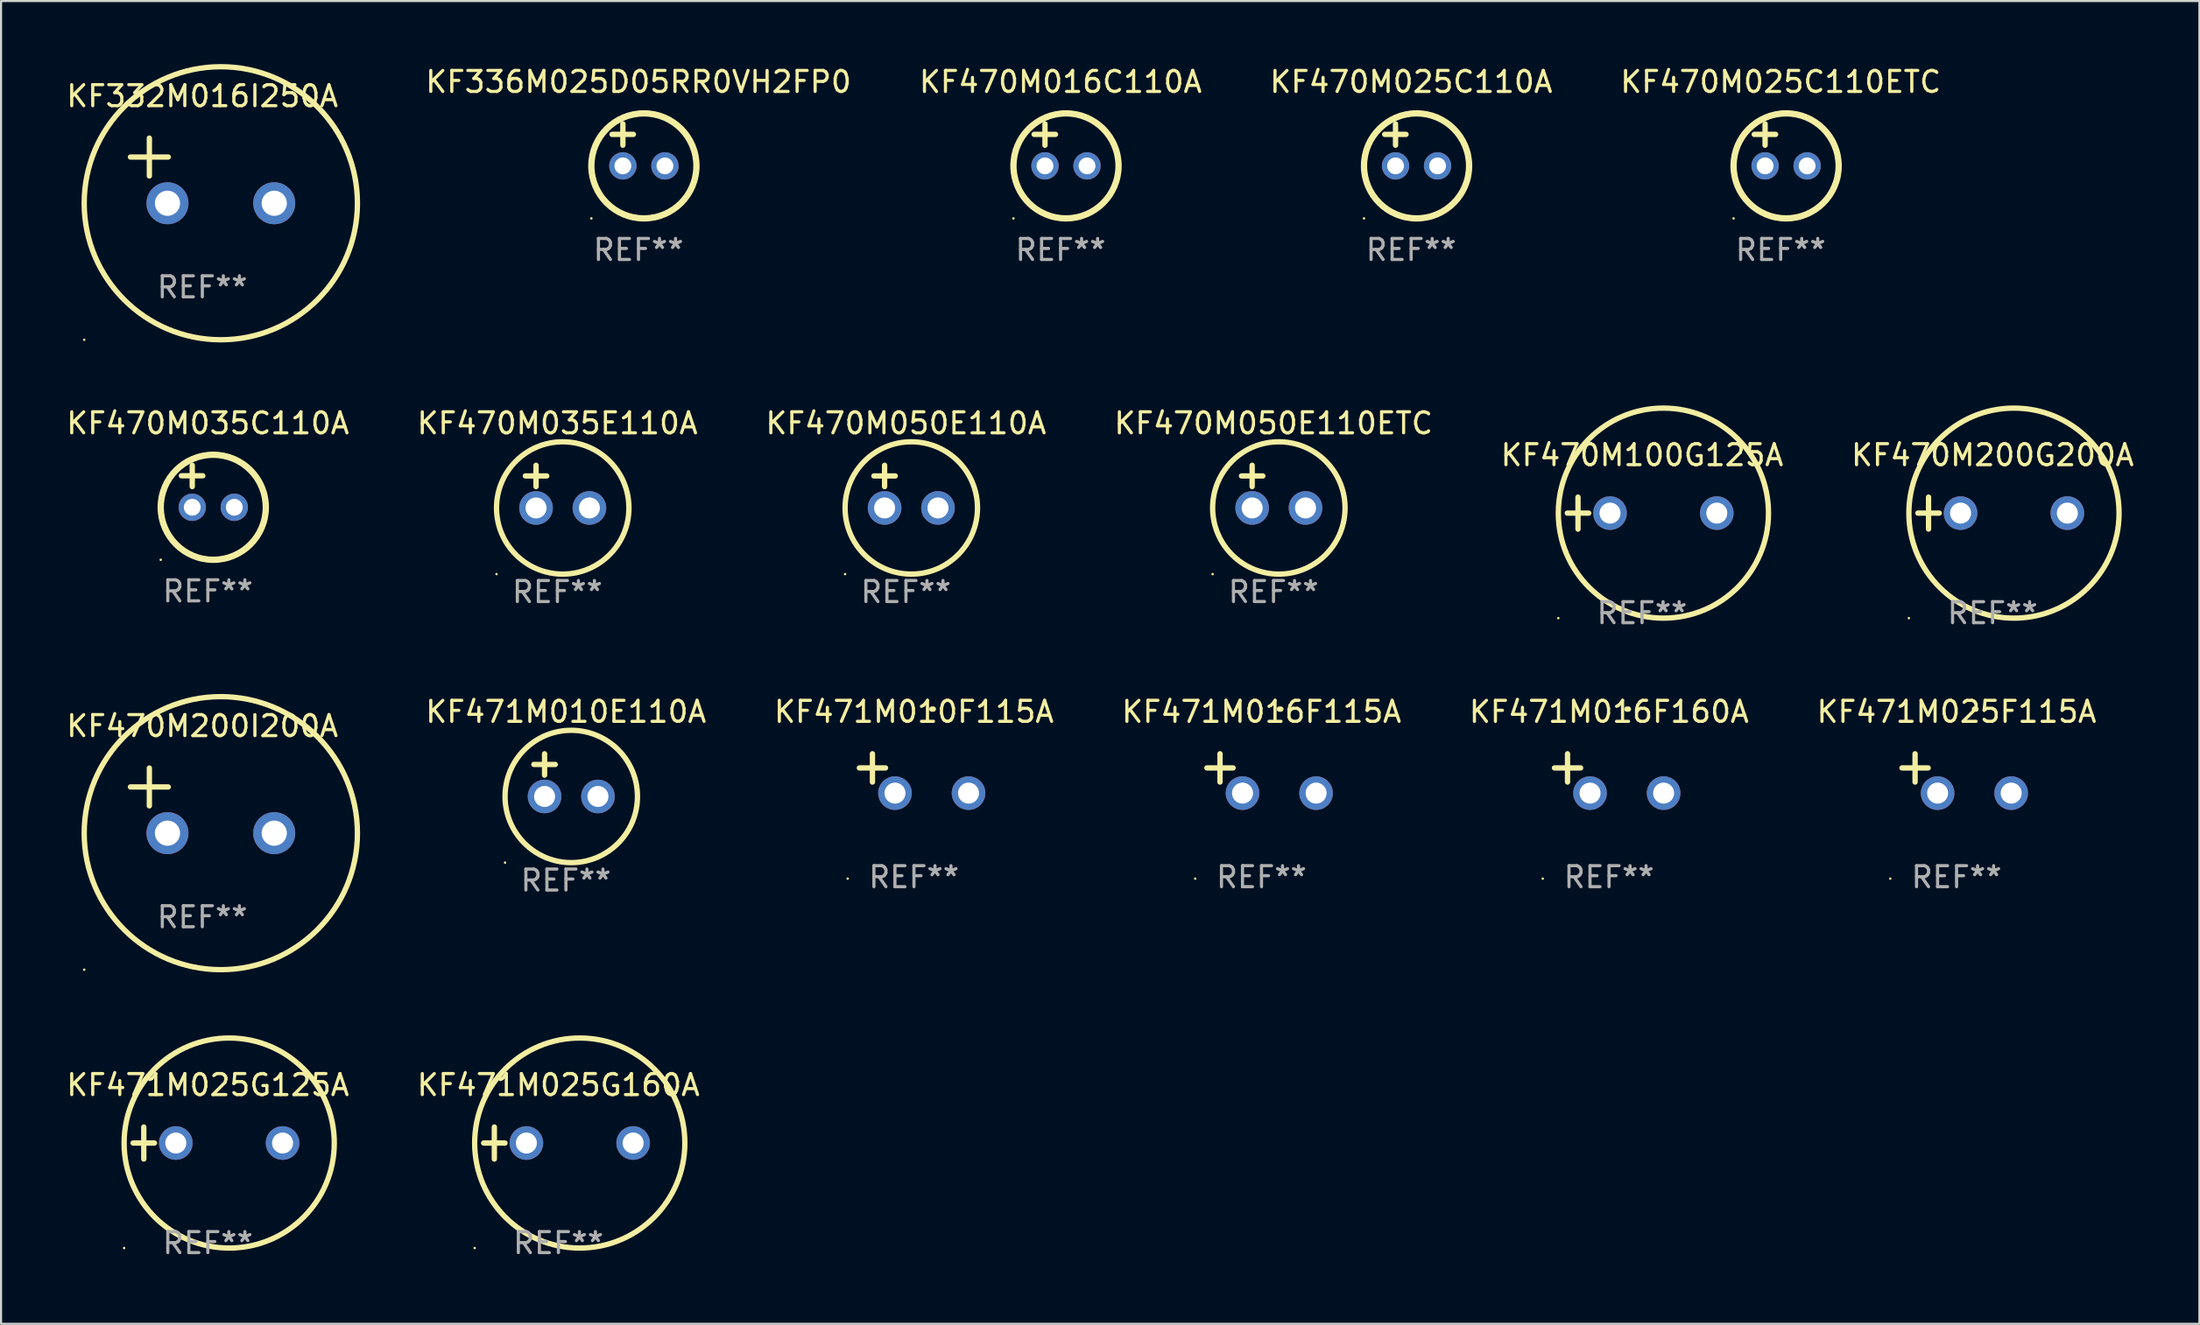
<source format=kicad_pcb>
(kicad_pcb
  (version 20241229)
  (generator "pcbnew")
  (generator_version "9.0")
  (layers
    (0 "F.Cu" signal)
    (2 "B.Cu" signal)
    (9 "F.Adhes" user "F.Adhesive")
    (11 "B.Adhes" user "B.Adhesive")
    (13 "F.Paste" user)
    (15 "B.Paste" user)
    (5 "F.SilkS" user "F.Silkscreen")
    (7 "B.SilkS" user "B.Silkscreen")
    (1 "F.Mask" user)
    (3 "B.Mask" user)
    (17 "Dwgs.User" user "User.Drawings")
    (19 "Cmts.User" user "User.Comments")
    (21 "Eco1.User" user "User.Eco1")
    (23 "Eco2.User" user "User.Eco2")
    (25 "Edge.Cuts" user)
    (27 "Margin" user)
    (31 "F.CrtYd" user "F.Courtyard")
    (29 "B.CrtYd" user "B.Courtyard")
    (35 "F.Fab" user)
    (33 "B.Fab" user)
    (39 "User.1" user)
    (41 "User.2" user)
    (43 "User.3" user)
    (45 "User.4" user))
  (footprint "KF471M016F115A"
    (layer "F.Cu")
    (at 56.971 33.776)
    (property "Reference" "KF471M016F115A" (at 0 -2.937 0) (layer "F.SilkS") (effects (font (size 1 1) (thickness 0.15))))
    (attr through_hole)
    (fp_line (start -1.975 0.41) (end -1.975 -0.937) (stroke (width 0.254) (type solid)) (layer "F.SilkS"))
    (fp_line (start -1.353 -0.263) (end -2.597 -0.263) (stroke (width 0.254) (type solid)) (layer "F.SilkS"))
    (fp_arc (start 0.849809 -3.063957) (mid 0.885369 -3.064114) (end 0.920929 -3.063957) (stroke (width 0.254001) (type solid)) (layer "F.SilkS"))
    (fp_circle (center -3.154 5.008) (end -3.124 5.008) (stroke (width 0.06) (type solid)) (fill no) (layer "F.SilkS"))
    (fp_text user "REF**" (at 0 4.937 0) (layer "F.Fab") (effects (font (size 1 1) (thickness 0.15))))
    (pad "1" thru_hole circle (at -0.903 0.937) (size 1.6 1.6) (drill 1) (layers "*.Cu" "*.Mask"))
    (pad "2" thru_hole circle (at 2.597 0.937) (size 1.6 1.6) (drill 1) (layers "*.Cu" "*.Mask")))
  (footprint "KF470M050E110A"
    (layer "F.Cu")
    (at 40.054 20.119)
    (property "Reference" "KF470M050E110A" (at 0 -3.016 0) (layer "F.SilkS") (effects (font (size 1 1) (thickness 0.15))))
    (attr through_hole)
    (fp_line (start -1.524 -0.508) (end -0.508 -0.508) (stroke (width 0.254) (type solid)) (layer "F.SilkS"))
    (fp_line (start -1.016 -1.016) (end -1.016 0) (stroke (width 0.254) (type solid)) (layer "F.SilkS"))
    (fp_circle (center -2.896 4.166) (end -2.866 4.166) (stroke (width 0.06) (type solid)) (fill no) (layer "F.SilkS"))
    (fp_circle (center 0.254 1.016) (end 3.404 1.016) (stroke (width 0.254) (type solid)) (fill no) (layer "F.SilkS"))
    (fp_text user "REF**" (at 0 5.016 0) (layer "F.Fab") (effects (font (size 1 1) (thickness 0.15))))
    (pad "1" thru_hole circle (at -1.016 1.016) (size 1.6 1.6) (drill 1) (layers "*.Cu" "*.Mask"))
    (pad "2" thru_hole circle (at 1.524 1.016) (size 1.6 1.6) (drill 1) (layers "*.Cu" "*.Mask")))
  (footprint "KF471M025G160A"
    (layer "F.Cu")
    (at 23.518 51.373)
    (property "Reference" "KF471M025G160A" (at 0 -2.762 0) (layer "F.SilkS") (effects (font (size 1 1) (thickness 0.15))))
    (attr through_hole)
    (fp_line (start -3.556 0) (end -2.54 0) (stroke (width 0.254) (type solid)) (layer "F.SilkS"))
    (fp_line (start -3.048 -0.762) (end -3.048 0.762) (stroke (width 0.254) (type solid)) (layer "F.SilkS"))
    (fp_circle (center -3.984 5) (end -3.954 5) (stroke (width 0.06) (type solid)) (fill no) (layer "F.SilkS"))
    (fp_circle (center 1.016 0) (end 6.016 0) (stroke (width 0.254) (type solid)) (fill no) (layer "F.SilkS"))
    (fp_text user "REF**" (at 0 4.762 0) (layer "F.Fab") (effects (font (size 1 1) (thickness 0.15))))
    (pad "1" thru_hole circle (at -1.524 0) (size 1.6 1.6) (drill 1) (layers "*.Cu" "*.Mask"))
    (pad "2" thru_hole circle (at 3.556 0) (size 1.6 1.6) (drill 1) (layers "*.Cu" "*.Mask")))
  (footprint "KF470M025C110ETC"
    (layer "F.Cu")
    (at 81.673 3.848)
    (property "Reference" "KF470M025C110ETC" (at 0 -3 0) (layer "F.SilkS") (effects (font (size 1 1) (thickness 0.15))))
    (attr through_hole)
    (fp_line (start -1.258 -0.5) (end -0.242 -0.5) (stroke (width 0.254) (type solid)) (layer "F.SilkS"))
    (fp_line (start -0.742 -1) (end -0.742 0.016) (stroke (width 0.254) (type solid)) (layer "F.SilkS"))
    (fp_circle (center -2.242 3.5) (end -2.212 3.5) (stroke (width 0.06) (type solid)) (fill no) (layer "F.SilkS"))
    (fp_circle (center 0.258 1) (end 2.758 1) (stroke (width 0.3) (type solid)) (fill no) (layer "F.SilkS"))
    (fp_text user "REF**" (at 0 5 0) (layer "F.Fab") (effects (font (size 1 1) (thickness 0.15))))
    (pad "1" thru_hole circle (at -0.742 1) (size 1.3 1.3) (drill 0.8) (layers "*.Cu" "*.Mask"))
    (pad "2" thru_hole circle (at 1.258 1) (size 1.3 1.3) (drill 0.8) (layers "*.Cu" "*.Mask")))
  (footprint "KF471M025F115A"
    (layer "F.Cu")
    (at 90.042 33.776)
    (property "Reference" "KF471M025F115A" (at 0 -2.937 0) (layer "F.SilkS") (effects (font (size 1 1) (thickness 0.15))))
    (attr through_hole)
    (fp_line (start -1.975 0.41) (end -1.975 -0.937) (stroke (width 0.254) (type solid)) (layer "F.SilkS"))
    (fp_line (start -1.353 -0.263) (end -2.597 -0.263) (stroke (width 0.254) (type solid)) (layer "F.SilkS"))
    (fp_arc (start 0.849809 -3.063957) (mid 0.885369 -3.064114) (end 0.920929 -3.063957) (stroke (width 0.254001) (type solid)) (layer "F.SilkS"))
    (fp_circle (center -3.154 5.008) (end -3.124 5.008) (stroke (width 0.06) (type solid)) (fill no) (layer "F.SilkS"))
    (fp_text user "REF**" (at 0 4.937 0) (layer "F.Fab") (effects (font (size 1 1) (thickness 0.15))))
    (pad "1" thru_hole circle (at -0.903 0.937) (size 1.6 1.6) (drill 1) (layers "*.Cu" "*.Mask"))
    (pad "2" thru_hole circle (at 2.597 0.937) (size 1.6 1.6) (drill 1) (layers "*.Cu" "*.Mask")))
  (footprint "KF470M050E110ETC"
    (layer "F.Cu")
    (at 57.542 20.119)
    (property "Reference" "KF470M050E110ETC" (at 0 -3.016 0) (layer "F.SilkS") (effects (font (size 1 1) (thickness 0.15))))
    (attr through_hole)
    (fp_line (start -1.524 -0.508) (end -0.508 -0.508) (stroke (width 0.254) (type solid)) (layer "F.SilkS"))
    (fp_line (start -1.016 -1.016) (end -1.016 0) (stroke (width 0.254) (type solid)) (layer "F.SilkS"))
    (fp_circle (center -2.896 4.166) (end -2.866 4.166) (stroke (width 0.06) (type solid)) (fill no) (layer "F.SilkS"))
    (fp_circle (center 0.254 1.016) (end 3.404 1.016) (stroke (width 0.254) (type solid)) (fill no) (layer "F.SilkS"))
    (fp_text user "REF**" (at 0 5.016 0) (layer "F.Fab") (effects (font (size 1 1) (thickness 0.15))))
    (pad "1" thru_hole circle (at -1.016 1.016) (size 1.6 1.6) (drill 1) (layers "*.Cu" "*.Mask"))
    (pad "2" thru_hole circle (at 1.524 1.016) (size 1.6 1.6) (drill 1) (layers "*.Cu" "*.Mask")))
  (footprint "KF471M016F160A"
    (layer "F.Cu")
    (at 73.506 33.776)
    (property "Reference" "KF471M016F160A" (at 0 -2.937 0) (layer "F.SilkS") (effects (font (size 1 1) (thickness 0.15))))
    (attr through_hole)
    (fp_line (start -1.975 0.41) (end -1.975 -0.937) (stroke (width 0.254) (type solid)) (layer "F.SilkS"))
    (fp_line (start -1.353 -0.263) (end -2.597 -0.263) (stroke (width 0.254) (type solid)) (layer "F.SilkS"))
    (fp_arc (start 0.849809 -3.063957) (mid 0.885369 -3.064114) (end 0.920929 -3.063957) (stroke (width 0.254001) (type solid)) (layer "F.SilkS"))
    (fp_circle (center -3.154 5.008) (end -3.124 5.008) (stroke (width 0.06) (type solid)) (fill no) (layer "F.SilkS"))
    (fp_text user "REF**" (at 0 4.937 0) (layer "F.Fab") (effects (font (size 1 1) (thickness 0.15))))
    (pad "1" thru_hole circle (at -0.903 0.937) (size 1.6 1.6) (drill 1) (layers "*.Cu" "*.Mask"))
    (pad "2" thru_hole circle (at 2.597 0.937) (size 1.6 1.6) (drill 1) (layers "*.Cu" "*.Mask")))
  (footprint "KF470M200G200A"
    (layer "F.Cu")
    (at 91.756 21.381)
    (property "Reference" "KF470M200G200A" (at 0 -2.762 0) (layer "F.SilkS") (effects (font (size 1 1) (thickness 0.15))))
    (attr through_hole)
    (fp_line (start -3.556 0) (end -2.54 0) (stroke (width 0.254) (type solid)) (layer "F.SilkS"))
    (fp_line (start -3.048 -0.762) (end -3.048 0.762) (stroke (width 0.254) (type solid)) (layer "F.SilkS"))
    (fp_circle (center -3.984 5) (end -3.954 5) (stroke (width 0.06) (type solid)) (fill no) (layer "F.SilkS"))
    (fp_circle (center 1.016 0) (end 6.016 0) (stroke (width 0.254) (type solid)) (fill no) (layer "F.SilkS"))
    (fp_text user "REF**" (at 0 4.762 0) (layer "F.Fab") (effects (font (size 1 1) (thickness 0.15))))
    (pad "1" thru_hole circle (at -1.524 0) (size 1.6 1.6) (drill 1) (layers "*.Cu" "*.Mask"))
    (pad "2" thru_hole circle (at 3.556 0) (size 1.6 1.6) (drill 1) (layers "*.Cu" "*.Mask")))
  (footprint "KF332M016I250A"
    (layer "F.Cu")
    (at 6.577 5.077)
    (property "Reference" "KF332M016I250A" (at 0 -3.55 0) (layer "F.SilkS") (effects (font (size 1 1) (thickness 0.15))))
    (attr through_hole)
    (fp_line (start -3.421 -0.65) (end -1.621 -0.65) (stroke (width 0.254) (type solid)) (layer "F.SilkS"))
    (fp_line (start -2.521 -1.55) (end -2.521 0.25) (stroke (width 0.254) (type solid)) (layer "F.SilkS"))
    (fp_circle (center -5.619 8.05) (end -5.589 8.05) (stroke (width 0.06) (type solid)) (fill no) (layer "F.SilkS"))
    (fp_circle (center 0.879 1.55) (end 7.379 1.55) (stroke (width 0.254) (type solid)) (fill no) (layer "F.SilkS"))
    (fp_text user "REF**" (at 0 5.55 0) (layer "F.Fab") (effects (font (size 1 1) (thickness 0.15))))
    (pad "1" thru_hole circle (at -1.659 1.55) (size 2 2) (drill 1.2) (layers "*.Cu" "*.Mask"))
    (pad "2" thru_hole circle (at 3.421 1.55) (size 2 2) (drill 1.2) (layers "*.Cu" "*.Mask")))
  (footprint "KF471M010F115A"
    (layer "F.Cu")
    (at 40.435 33.776)
    (property "Reference" "KF471M010F115A" (at 0 -2.937 0) (layer "F.SilkS") (effects (font (size 1 1) (thickness 0.15))))
    (attr through_hole)
    (fp_line (start -1.975 0.41) (end -1.975 -0.937) (stroke (width 0.254) (type solid)) (layer "F.SilkS"))
    (fp_line (start -1.353 -0.263) (end -2.597 -0.263) (stroke (width 0.254) (type solid)) (layer "F.SilkS"))
    (fp_arc (start 0.849809 -3.063957) (mid 0.885369 -3.064114) (end 0.920929 -3.063957) (stroke (width 0.254001) (type solid)) (layer "F.SilkS"))
    (fp_circle (center -3.154 5.008) (end -3.124 5.008) (stroke (width 0.06) (type solid)) (fill no) (layer "F.SilkS"))
    (fp_text user "REF**" (at 0 4.937 0) (layer "F.Fab") (effects (font (size 1 1) (thickness 0.15))))
    (pad "1" thru_hole circle (at -0.903 0.937) (size 1.6 1.6) (drill 1) (layers "*.Cu" "*.Mask"))
    (pad "2" thru_hole circle (at 2.597 0.937) (size 1.6 1.6) (drill 1) (layers "*.Cu" "*.Mask")))
  (footprint "KF470M035C110A"
    (layer "F.Cu")
    (at 6.839 20.103)
    (property "Reference" "KF470M035C110A" (at 0 -3 0) (layer "F.SilkS") (effects (font (size 1 1) (thickness 0.15))))
    (attr through_hole)
    (fp_line (start -1.258 -0.5) (end -0.242 -0.5) (stroke (width 0.254) (type solid)) (layer "F.SilkS"))
    (fp_line (start -0.742 -1) (end -0.742 0.016) (stroke (width 0.254) (type solid)) (layer "F.SilkS"))
    (fp_circle (center -2.242 3.5) (end -2.212 3.5) (stroke (width 0.06) (type solid)) (fill no) (layer "F.SilkS"))
    (fp_circle (center 0.258 1) (end 2.758 1) (stroke (width 0.3) (type solid)) (fill no) (layer "F.SilkS"))
    (fp_text user "REF**" (at 0 5 0) (layer "F.Fab") (effects (font (size 1 1) (thickness 0.15))))
    (pad "1" thru_hole circle (at -0.742 1) (size 1.3 1.3) (drill 0.8) (layers "*.Cu" "*.Mask"))
    (pad "2" thru_hole circle (at 1.258 1) (size 1.3 1.3) (drill 0.8) (layers "*.Cu" "*.Mask")))
  (footprint "KF336M025D05RR0VH2FP0"
    (layer "F.Cu")
    (at 27.328 3.848)
    (property "Reference" "KF336M025D05RR0VH2FP0" (at 0 -3 0) (layer "F.SilkS") (effects (font (size 1 1) (thickness 0.15))))
    (attr through_hole)
    (fp_line (start -1.258 -0.5) (end -0.242 -0.5) (stroke (width 0.254) (type solid)) (layer "F.SilkS"))
    (fp_line (start -0.742 -1) (end -0.742 0.016) (stroke (width 0.254) (type solid)) (layer "F.SilkS"))
    (fp_circle (center -2.242 3.5) (end -2.212 3.5) (stroke (width 0.06) (type solid)) (fill no) (layer "F.SilkS"))
    (fp_circle (center 0.258 1) (end 2.758 1) (stroke (width 0.3) (type solid)) (fill no) (layer "F.SilkS"))
    (fp_text user "REF**" (at 0 5 0) (layer "F.Fab") (effects (font (size 1 1) (thickness 0.15))))
    (pad "1" thru_hole circle (at -0.742 1) (size 1.3 1.3) (drill 0.8) (layers "*.Cu" "*.Mask"))
    (pad "2" thru_hole circle (at 1.258 1) (size 1.3 1.3) (drill 0.8) (layers "*.Cu" "*.Mask")))
  (footprint "KF470M025C110A"
    (layer "F.Cu")
    (at 64.09 3.848)
    (property "Reference" "KF470M025C110A" (at 0 -3 0) (layer "F.SilkS") (effects (font (size 1 1) (thickness 0.15))))
    (attr through_hole)
    (fp_line (start -1.258 -0.5) (end -0.242 -0.5) (stroke (width 0.254) (type solid)) (layer "F.SilkS"))
    (fp_line (start -0.742 -1) (end -0.742 0.016) (stroke (width 0.254) (type solid)) (layer "F.SilkS"))
    (fp_circle (center -2.242 3.5) (end -2.212 3.5) (stroke (width 0.06) (type solid)) (fill no) (layer "F.SilkS"))
    (fp_circle (center 0.258 1) (end 2.758 1) (stroke (width 0.3) (type solid)) (fill no) (layer "F.SilkS"))
    (fp_text user "REF**" (at 0 5 0) (layer "F.Fab") (effects (font (size 1 1) (thickness 0.15))))
    (pad "1" thru_hole circle (at -0.742 1) (size 1.3 1.3) (drill 0.8) (layers "*.Cu" "*.Mask"))
    (pad "2" thru_hole circle (at 1.258 1) (size 1.3 1.3) (drill 0.8) (layers "*.Cu" "*.Mask")))
  (footprint "KF470M035E110A"
    (layer "F.Cu")
    (at 23.47 20.119)
    (property "Reference" "KF470M035E110A" (at 0 -3.016 0) (layer "F.SilkS") (effects (font (size 1 1) (thickness 0.15))))
    (attr through_hole)
    (fp_line (start -1.524 -0.508) (end -0.508 -0.508) (stroke (width 0.254) (type solid)) (layer "F.SilkS"))
    (fp_line (start -1.016 -1.016) (end -1.016 0) (stroke (width 0.254) (type solid)) (layer "F.SilkS"))
    (fp_circle (center -2.896 4.166) (end -2.866 4.166) (stroke (width 0.06) (type solid)) (fill no) (layer "F.SilkS"))
    (fp_circle (center 0.254 1.016) (end 3.404 1.016) (stroke (width 0.254) (type solid)) (fill no) (layer "F.SilkS"))
    (fp_text user "REF**" (at 0 5.016 0) (layer "F.Fab") (effects (font (size 1 1) (thickness 0.15))))
    (pad "1" thru_hole circle (at -1.016 1.016) (size 1.6 1.6) (drill 1) (layers "*.Cu" "*.Mask"))
    (pad "2" thru_hole circle (at 1.524 1.016) (size 1.6 1.6) (drill 1) (layers "*.Cu" "*.Mask")))
  (footprint "KF471M010E110A"
    (layer "F.Cu")
    (at 23.876 33.856)
    (property "Reference" "KF471M010E110A" (at 0 -3.016 0) (layer "F.SilkS") (effects (font (size 1 1) (thickness 0.15))))
    (attr through_hole)
    (fp_line (start -1.524 -0.508) (end -0.508 -0.508) (stroke (width 0.254) (type solid)) (layer "F.SilkS"))
    (fp_line (start -1.016 -1.016) (end -1.016 0) (stroke (width 0.254) (type solid)) (layer "F.SilkS"))
    (fp_circle (center -2.896 4.166) (end -2.866 4.166) (stroke (width 0.06) (type solid)) (fill no) (layer "F.SilkS"))
    (fp_circle (center 0.254 1.016) (end 3.404 1.016) (stroke (width 0.254) (type solid)) (fill no) (layer "F.SilkS"))
    (fp_text user "REF**" (at 0 5.016 0) (layer "F.Fab") (effects (font (size 1 1) (thickness 0.15))))
    (pad "1" thru_hole circle (at -1.016 1.016) (size 1.6 1.6) (drill 1) (layers "*.Cu" "*.Mask"))
    (pad "2" thru_hole circle (at 1.524 1.016) (size 1.6 1.6) (drill 1) (layers "*.Cu" "*.Mask")))
  (footprint "KF470M016C110A"
    (layer "F.Cu")
    (at 47.411 3.848)
    (property "Reference" "KF470M016C110A" (at 0 -3 0) (layer "F.SilkS") (effects (font (size 1 1) (thickness 0.15))))
    (attr through_hole)
    (fp_line (start -1.258 -0.5) (end -0.242 -0.5) (stroke (width 0.254) (type solid)) (layer "F.SilkS"))
    (fp_line (start -0.742 -1) (end -0.742 0.016) (stroke (width 0.254) (type solid)) (layer "F.SilkS"))
    (fp_circle (center -2.242 3.5) (end -2.212 3.5) (stroke (width 0.06) (type solid)) (fill no) (layer "F.SilkS"))
    (fp_circle (center 0.258 1) (end 2.758 1) (stroke (width 0.3) (type solid)) (fill no) (layer "F.SilkS"))
    (fp_text user "REF**" (at 0 5 0) (layer "F.Fab") (effects (font (size 1 1) (thickness 0.15))))
    (pad "1" thru_hole circle (at -0.742 1) (size 1.3 1.3) (drill 0.8) (layers "*.Cu" "*.Mask"))
    (pad "2" thru_hole circle (at 1.258 1) (size 1.3 1.3) (drill 0.8) (layers "*.Cu" "*.Mask")))
  (footprint "KF470M200I200A"
    (layer "F.Cu")
    (at 6.577 35.069)
    (property "Reference" "KF470M200I200A" (at 0 -3.55 0) (layer "F.SilkS") (effects (font (size 1 1) (thickness 0.15))))
    (attr through_hole)
    (fp_line (start -3.421 -0.65) (end -1.621 -0.65) (stroke (width 0.254) (type solid)) (layer "F.SilkS"))
    (fp_line (start -2.521 -1.55) (end -2.521 0.25) (stroke (width 0.254) (type solid)) (layer "F.SilkS"))
    (fp_circle (center -5.619 8.05) (end -5.589 8.05) (stroke (width 0.06) (type solid)) (fill no) (layer "F.SilkS"))
    (fp_circle (center 0.879 1.55) (end 7.379 1.55) (stroke (width 0.254) (type solid)) (fill no) (layer "F.SilkS"))
    (fp_text user "REF**" (at 0 5.55 0) (layer "F.Fab") (effects (font (size 1 1) (thickness 0.15))))
    (pad "1" thru_hole circle (at -1.659 1.55) (size 2 2) (drill 1.2) (layers "*.Cu" "*.Mask"))
    (pad "2" thru_hole circle (at 3.421 1.55) (size 2 2) (drill 1.2) (layers "*.Cu" "*.Mask")))
  (footprint "KF470M100G125A"
    (layer "F.Cu")
    (at 75.077 21.381)
    (property "Reference" "KF470M100G125A" (at 0 -2.762 0) (layer "F.SilkS") (effects (font (size 1 1) (thickness 0.15))))
    (attr through_hole)
    (fp_line (start -3.556 0) (end -2.54 0) (stroke (width 0.254) (type solid)) (layer "F.SilkS"))
    (fp_line (start -3.048 -0.762) (end -3.048 0.762) (stroke (width 0.254) (type solid)) (layer "F.SilkS"))
    (fp_circle (center -3.984 5) (end -3.954 5) (stroke (width 0.06) (type solid)) (fill no) (layer "F.SilkS"))
    (fp_circle (center 1.016 0) (end 6.016 0) (stroke (width 0.254) (type solid)) (fill no) (layer "F.SilkS"))
    (fp_text user "REF**" (at 0 4.762 0) (layer "F.Fab") (effects (font (size 1 1) (thickness 0.15))))
    (pad "1" thru_hole circle (at -1.524 0) (size 1.6 1.6) (drill 1) (layers "*.Cu" "*.Mask"))
    (pad "2" thru_hole circle (at 3.556 0) (size 1.6 1.6) (drill 1) (layers "*.Cu" "*.Mask")))
  (footprint "KF471M025G125A"
    (layer "F.Cu")
    (at 6.839 51.373)
    (property "Reference" "KF471M025G125A" (at 0 -2.762 0) (layer "F.SilkS") (effects (font (size 1 1) (thickness 0.15))))
    (attr through_hole)
    (fp_line (start -3.556 0) (end -2.54 0) (stroke (width 0.254) (type solid)) (layer "F.SilkS"))
    (fp_line (start -3.048 -0.762) (end -3.048 0.762) (stroke (width 0.254) (type solid)) (layer "F.SilkS"))
    (fp_circle (center -3.984 5) (end -3.954 5) (stroke (width 0.06) (type solid)) (fill no) (layer "F.SilkS"))
    (fp_circle (center 1.016 0) (end 6.016 0) (stroke (width 0.254) (type solid)) (fill no) (layer "F.SilkS"))
    (fp_text user "REF**" (at 0 4.762 0) (layer "F.Fab") (effects (font (size 1 1) (thickness 0.15))))
    (pad "1" thru_hole circle (at -1.524 0) (size 1.6 1.6) (drill 1) (layers "*.Cu" "*.Mask"))
    (pad "2" thru_hole circle (at 3.556 0) (size 1.6 1.6) (drill 1) (layers "*.Cu" "*.Mask")))
  (gr_rect
    (start -3 -3)
    (end 101.595 59.983)
    (stroke (width 0.1) (type default))
    (fill no)
    (layer "Edge.Cuts")))
</source>
